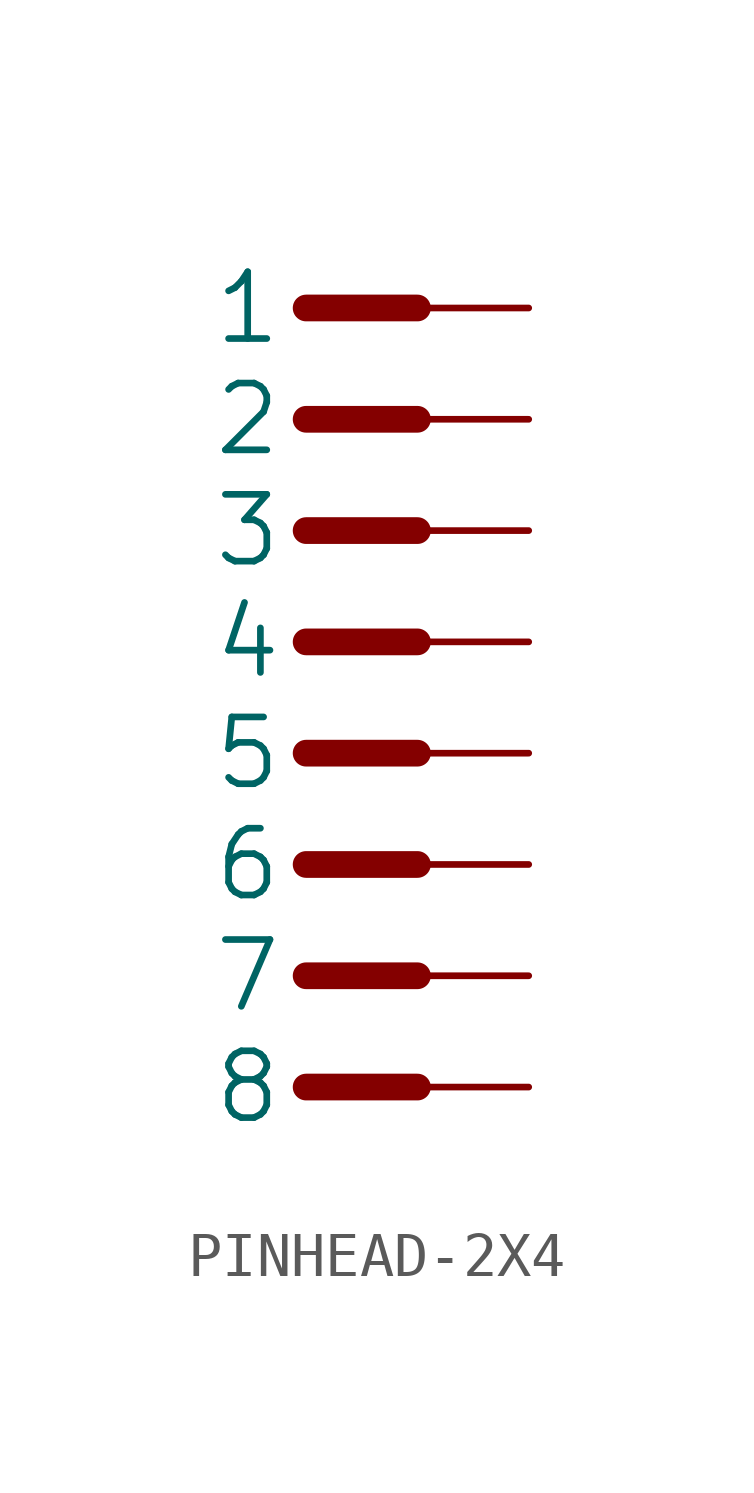
<source format=kicad_sym>
(kicad_symbol_lib
  (version 20241209)
  (generator "kicad_symbol_editor")
  (generator_version "9.0")
  (symbol "PINHEAD-2X4"
    (property "Reference" "K"
      (at 0 0 0)
      (effects (font (size 1.27 1.27)) (hide yes)))
    (property "ki_locked" ""
      (at 0 0 0)
      (effects (font (size 1.27 1.27))))
    (symbol "PINHEAD-2X4_1_0"
      (polyline (pts (xy -5.08 7.62) (xy -2.54 7.62)) (stroke (width 0.61) (type solid)) (fill (type none)))
      (polyline (pts (xy -5.08 5.08) (xy -2.54 5.08)) (stroke (width 0.61) (type solid)) (fill (type none)))
      (polyline (pts (xy -5.08 2.54) (xy -2.54 2.54)) (stroke (width 0.61) (type solid)) (fill (type none)))
      (polyline (pts (xy -5.08 0) (xy -2.54 0)) (stroke (width 0.61) (type solid)) (fill (type none)))
      (polyline (pts (xy -5.08 -2.54) (xy -2.54 -2.54)) (stroke (width 0.61) (type solid)) (fill (type none)))
      (polyline (pts (xy -5.08 -5.08) (xy -2.54 -5.08)) (stroke (width 0.61) (type solid)) (fill (type none)))
      (polyline (pts (xy -5.08 -7.62) (xy -2.54 -7.62)) (stroke (width 0.61) (type solid)) (fill (type none)))
      (polyline (pts (xy -5.08 -10.16) (xy -2.54 -10.16)) (stroke (width 0.61) (type solid)) (fill (type none)))
      (pin bidirectional line (at 0 7.62 180) (length 5.08) (name "1" (effects (font (size 1.524 1.524)))) (number "1" (effects (font (size 0 0)))))
      (pin bidirectional line (at 0 5.08 180) (length 5.08) (name "2" (effects (font (size 1.524 1.524)))) (number "2" (effects (font (size 0 0)))))
      (pin bidirectional line (at 0 2.54 180) (length 5.08) (name "3" (effects (font (size 1.524 1.524)))) (number "3" (effects (font (size 0 0)))))
      (pin bidirectional line (at 0 0 180) (length 5.08) (name "4" (effects (font (size 1.524 1.524)))) (number "4" (effects (font (size 0 0)))))
      (pin bidirectional line (at 0 -2.54 180) (length 5.08) (name "5" (effects (font (size 1.524 1.524)))) (number "5" (effects (font (size 0 0)))))
      (pin bidirectional line (at 0 -5.08 180) (length 5.08) (name "6" (effects (font (size 1.524 1.524)))) (number "6" (effects (font (size 0 0)))))
      (pin bidirectional line (at 0 -7.62 180) (length 5.08) (name "7" (effects (font (size 1.524 1.524)))) (number "7" (effects (font (size 0 0)))))
      (pin bidirectional line (at 0 -10.16 180) (length 5.08) (name "8" (effects (font (size 1.524 1.524)))) (number "8" (effects (font (size 0 0))))))))
</source>
